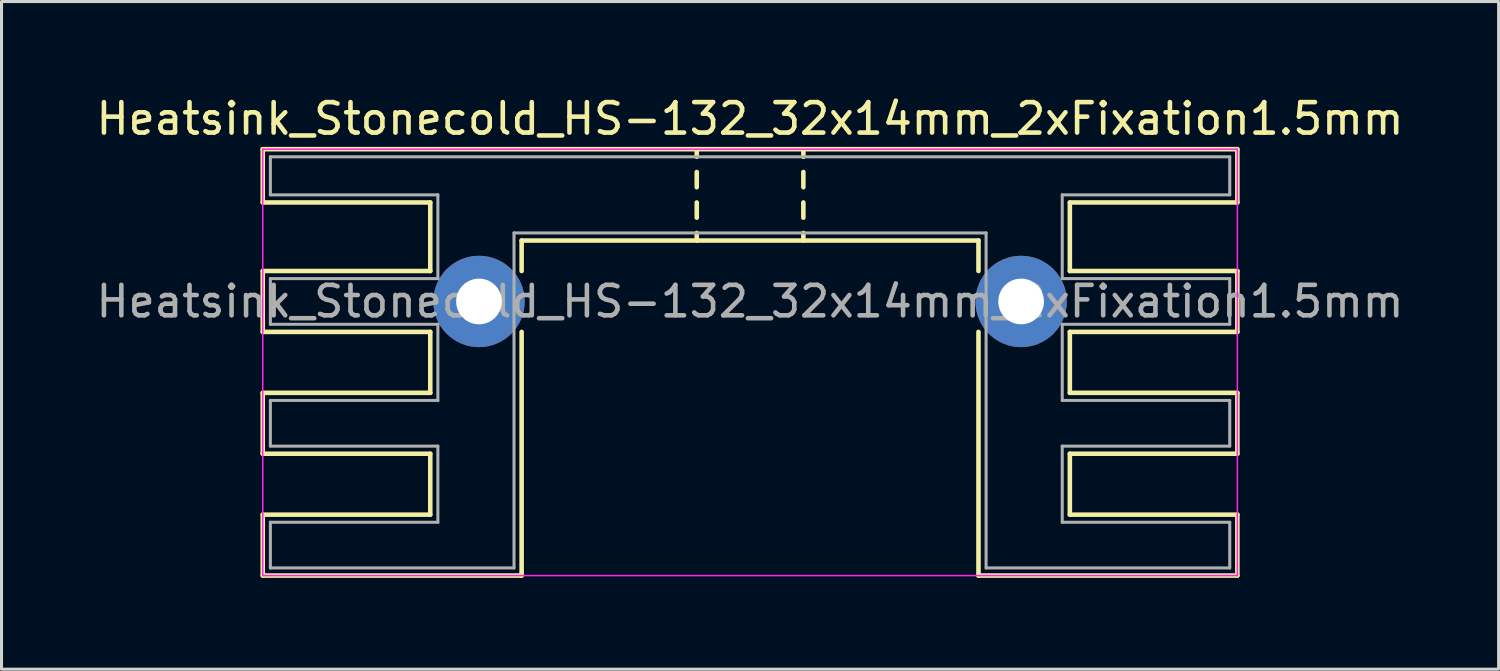
<source format=kicad_pcb>
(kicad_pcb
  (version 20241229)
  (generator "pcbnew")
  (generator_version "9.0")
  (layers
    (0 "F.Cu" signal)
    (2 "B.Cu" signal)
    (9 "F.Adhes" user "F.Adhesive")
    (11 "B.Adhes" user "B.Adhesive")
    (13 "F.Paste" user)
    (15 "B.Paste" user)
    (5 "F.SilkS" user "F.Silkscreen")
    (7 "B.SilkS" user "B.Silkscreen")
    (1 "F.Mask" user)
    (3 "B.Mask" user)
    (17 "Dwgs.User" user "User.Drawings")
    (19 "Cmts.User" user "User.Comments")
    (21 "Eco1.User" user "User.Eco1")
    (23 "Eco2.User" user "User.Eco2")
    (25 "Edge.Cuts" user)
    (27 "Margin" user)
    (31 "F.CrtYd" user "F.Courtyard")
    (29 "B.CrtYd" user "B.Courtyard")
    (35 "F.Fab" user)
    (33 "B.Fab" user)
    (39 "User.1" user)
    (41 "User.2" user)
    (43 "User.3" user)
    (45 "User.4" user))
  (footprint "Heatsink_Stonecold_HS-132_32x14mm_2xFixation1.5mm"
    (layer "F.Cu")
    (at 21.577 6.848)
    (property "Reference" "Heatsink_Stonecold_HS-132_32x14mm_2xFixation1.5mm" (at 0 -6 0) (layer "F.SilkS") (effects (font (size 1 1) (thickness 0.15))))
    (attr through_hole)
    (fp_line (start -16 -5) (end 16 -5) (stroke (width 0.15) (type solid)) (layer "F.SilkS"))
    (fp_line (start -16 -3.25) (end -16 -5) (stroke (width 0.15) (type solid)) (layer "F.SilkS"))
    (fp_line (start -16 -1) (end -16 1) (stroke (width 0.15) (type solid)) (layer "F.SilkS"))
    (fp_line (start -16 1) (end -10.5 1) (stroke (width 0.15) (type solid)) (layer "F.SilkS"))
    (fp_line (start -16 3) (end -16 5) (stroke (width 0.15) (type solid)) (layer "F.SilkS"))
    (fp_line (start -16 5) (end -10.5 5) (stroke (width 0.15) (type solid)) (layer "F.SilkS"))
    (fp_line (start -16 7) (end -16 9) (stroke (width 0.15) (type solid)) (layer "F.SilkS"))
    (fp_line (start -10.5 -3.25) (end -16 -3.25) (stroke (width 0.15) (type solid)) (layer "F.SilkS"))
    (fp_line (start -10.5 -3.25) (end -10.5 -1) (stroke (width 0.15) (type solid)) (layer "F.SilkS"))
    (fp_line (start -10.5 -1) (end -16 -1) (stroke (width 0.15) (type solid)) (layer "F.SilkS"))
    (fp_line (start -10.5 1) (end -10.5 3) (stroke (width 0.15) (type solid)) (layer "F.SilkS"))
    (fp_line (start -10.5 3) (end -16 3) (stroke (width 0.15) (type solid)) (layer "F.SilkS"))
    (fp_line (start -10.5 5) (end -10.5 7) (stroke (width 0.15) (type solid)) (layer "F.SilkS"))
    (fp_line (start -10.5 7) (end -16 7) (stroke (width 0.15) (type solid)) (layer "F.SilkS"))
    (fp_line (start -7.5 -2) (end -7.5 -1) (stroke (width 0.15) (type solid)) (layer "F.SilkS"))
    (fp_line (start -7.5 -2) (end 7.5 -2) (stroke (width 0.15) (type solid)) (layer "F.SilkS"))
    (fp_line (start -7.5 1) (end -7.5 9) (stroke (width 0.15) (type solid)) (layer "F.SilkS"))
    (fp_line (start -7.5 9) (end -16 9) (stroke (width 0.15) (type solid)) (layer "F.SilkS"))
    (fp_line (start -1.75 -4.75) (end -1.75 -5) (stroke (width 0.15) (type solid)) (layer "F.SilkS"))
    (fp_line (start -1.75 -4.25) (end -1.75 -3.75) (stroke (width 0.15) (type solid)) (layer "F.SilkS"))
    (fp_line (start -1.75 -3.25) (end -1.75 -2.75) (stroke (width 0.15) (type solid)) (layer "F.SilkS"))
    (fp_line (start -1.75 -2.25) (end -1.75 -2) (stroke (width 0.15) (type solid)) (layer "F.SilkS"))
    (fp_line (start 1.75 -4.75) (end 1.75 -5) (stroke (width 0.15) (type solid)) (layer "F.SilkS"))
    (fp_line (start 1.75 -4.25) (end 1.75 -3.75) (stroke (width 0.15) (type solid)) (layer "F.SilkS"))
    (fp_line (start 1.75 -3.25) (end 1.75 -2.75) (stroke (width 0.15) (type solid)) (layer "F.SilkS"))
    (fp_line (start 1.75 -2.25) (end 1.75 -2) (stroke (width 0.15) (type solid)) (layer "F.SilkS"))
    (fp_line (start 7.5 -2) (end 7.5 -1) (stroke (width 0.15) (type solid)) (layer "F.SilkS"))
    (fp_line (start 7.5 1) (end 7.5 9) (stroke (width 0.15) (type solid)) (layer "F.SilkS"))
    (fp_line (start 7.5 9) (end 16 9) (stroke (width 0.15) (type solid)) (layer "F.SilkS"))
    (fp_line (start 10.5 -3.25) (end 10.5 -1) (stroke (width 0.15) (type solid)) (layer "F.SilkS"))
    (fp_line (start 10.5 -3.25) (end 16 -3.25) (stroke (width 0.15) (type solid)) (layer "F.SilkS"))
    (fp_line (start 10.5 -1) (end 16 -1) (stroke (width 0.15) (type solid)) (layer "F.SilkS"))
    (fp_line (start 10.5 1) (end 10.5 3) (stroke (width 0.15) (type solid)) (layer "F.SilkS"))
    (fp_line (start 10.5 1) (end 16 1) (stroke (width 0.15) (type solid)) (layer "F.SilkS"))
    (fp_line (start 10.5 3) (end 16 3) (stroke (width 0.15) (type solid)) (layer "F.SilkS"))
    (fp_line (start 10.5 5) (end 10.5 7) (stroke (width 0.15) (type solid)) (layer "F.SilkS"))
    (fp_line (start 10.5 5) (end 16 5) (stroke (width 0.15) (type solid)) (layer "F.SilkS"))
    (fp_line (start 10.5 7) (end 16 7) (stroke (width 0.15) (type solid)) (layer "F.SilkS"))
    (fp_line (start 16 -5) (end 16 -3.25) (stroke (width 0.15) (type solid)) (layer "F.SilkS"))
    (fp_line (start 16 -1) (end 16 1) (stroke (width 0.15) (type solid)) (layer "F.SilkS"))
    (fp_line (start 16 3) (end 16 5) (stroke (width 0.15) (type solid)) (layer "F.SilkS"))
    (fp_line (start 16 7) (end 16 9) (stroke (width 0.15) (type solid)) (layer "F.SilkS"))
    (fp_line (start -16 -5) (end -16 9) (stroke (width 0.05) (type solid)) (layer "F.CrtYd"))
    (fp_line (start -16 -5) (end 16 -5) (stroke (width 0.05) (type solid)) (layer "F.CrtYd"))
    (fp_line (start 16 9) (end -16 9) (stroke (width 0.05) (type solid)) (layer "F.CrtYd"))
    (fp_line (start 16 9) (end 16 -5) (stroke (width 0.05) (type solid)) (layer "F.CrtYd"))
    (fp_line (start -15.75 -4.75) (end -15.75 -3.5) (stroke (width 0.1) (type solid)) (layer "F.Fab"))
    (fp_line (start -15.75 -3.5) (end -10.25 -3.5) (stroke (width 0.1) (type solid)) (layer "F.Fab"))
    (fp_line (start -15.75 -0.75) (end -15.75 0.75) (stroke (width 0.1) (type solid)) (layer "F.Fab"))
    (fp_line (start -15.75 0.75) (end -10.25 0.75) (stroke (width 0.1) (type solid)) (layer "F.Fab"))
    (fp_line (start -15.75 3.25) (end -15.75 4.75) (stroke (width 0.1) (type solid)) (layer "F.Fab"))
    (fp_line (start -15.75 4.75) (end -10.25 4.75) (stroke (width 0.1) (type solid)) (layer "F.Fab"))
    (fp_line (start -15.75 7.25) (end -15.75 8.75) (stroke (width 0.1) (type solid)) (layer "F.Fab"))
    (fp_line (start -15.75 8.75) (end -7.75 8.75) (stroke (width 0.1) (type solid)) (layer "F.Fab"))
    (fp_line (start -10.25 -3.5) (end -10.25 -0.75) (stroke (width 0.1) (type solid)) (layer "F.Fab"))
    (fp_line (start -10.25 -0.75) (end -15.75 -0.75) (stroke (width 0.1) (type solid)) (layer "F.Fab"))
    (fp_line (start -10.25 0.75) (end -10.25 3.25) (stroke (width 0.1) (type solid)) (layer "F.Fab"))
    (fp_line (start -10.25 3.25) (end -15.75 3.25) (stroke (width 0.1) (type solid)) (layer "F.Fab"))
    (fp_line (start -10.25 4.75) (end -10.25 7.25) (stroke (width 0.1) (type solid)) (layer "F.Fab"))
    (fp_line (start -10.25 7.25) (end -15.75 7.25) (stroke (width 0.1) (type solid)) (layer "F.Fab"))
    (fp_line (start -7.75 -2.25) (end 7.75 -2.25) (stroke (width 0.1) (type solid)) (layer "F.Fab"))
    (fp_line (start -7.75 8.75) (end -7.75 -2.25) (stroke (width 0.1) (type solid)) (layer "F.Fab"))
    (fp_line (start 7.75 -2.25) (end 7.75 8.75) (stroke (width 0.1) (type solid)) (layer "F.Fab"))
    (fp_line (start 7.75 8.75) (end 15.75 8.75) (stroke (width 0.1) (type solid)) (layer "F.Fab"))
    (fp_line (start 10.25 -3.5) (end 15.75 -3.5) (stroke (width 0.1) (type solid)) (layer "F.Fab"))
    (fp_line (start 10.25 -0.75) (end 10.25 -3.5) (stroke (width 0.1) (type solid)) (layer "F.Fab"))
    (fp_line (start 10.25 0.75) (end 15.75 0.75) (stroke (width 0.1) (type solid)) (layer "F.Fab"))
    (fp_line (start 10.25 3.25) (end 10.25 0.75) (stroke (width 0.1) (type solid)) (layer "F.Fab"))
    (fp_line (start 10.25 4.75) (end 15.75 4.75) (stroke (width 0.1) (type solid)) (layer "F.Fab"))
    (fp_line (start 10.25 7.25) (end 10.25 4.75) (stroke (width 0.1) (type solid)) (layer "F.Fab"))
    (fp_line (start 15.75 -4.75) (end -15.75 -4.75) (stroke (width 0.1) (type solid)) (layer "F.Fab"))
    (fp_line (start 15.75 -3.5) (end 15.75 -4.75) (stroke (width 0.1) (type solid)) (layer "F.Fab"))
    (fp_line (start 15.75 -0.75) (end 10.25 -0.75) (stroke (width 0.1) (type solid)) (layer "F.Fab"))
    (fp_line (start 15.75 0.75) (end 15.75 -0.75) (stroke (width 0.1) (type solid)) (layer "F.Fab"))
    (fp_line (start 15.75 3.25) (end 10.25 3.25) (stroke (width 0.1) (type solid)) (layer "F.Fab"))
    (fp_line (start 15.75 4.75) (end 15.75 3.25) (stroke (width 0.1) (type solid)) (layer "F.Fab"))
    (fp_line (start 15.75 7.25) (end 10.25 7.25) (stroke (width 0.1) (type solid)) (layer "F.Fab"))
    (fp_line (start 15.75 8.75) (end 15.75 7.25) (stroke (width 0.1) (type solid)) (layer "F.Fab"))
    (fp_text user "${REFERENCE}" (at 0 0 0) (layer "F.Fab") (effects (font (size 1 1) (thickness 0.15))))
    (pad "1" thru_hole circle (at -8.9 0) (size 3 3) (drill 1.5) (layers "*.Cu" "*.Mask"))
    (pad "1" thru_hole circle (at 8.9 0) (size 3 3) (drill 1.5) (layers "*.Cu" "*.Mask")))
  (gr_rect
    (start -3 -3)
    (end 46.155 18.923)
    (stroke (width 0.1) (type default))
    (fill no)
    (layer "Edge.Cuts")))
</source>
